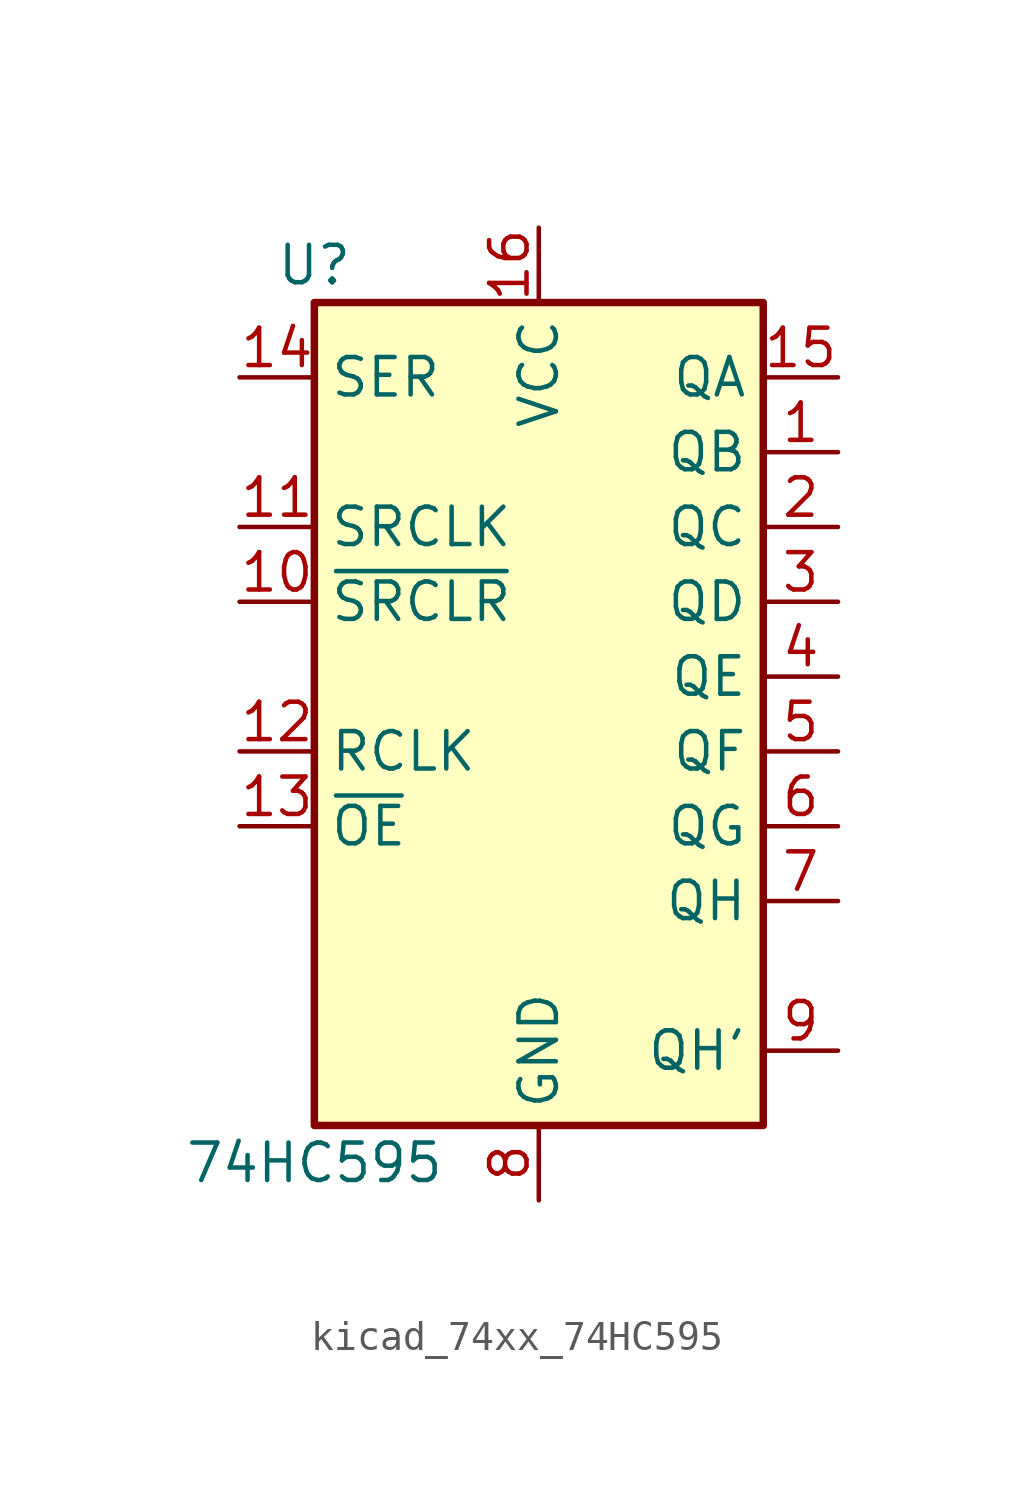
<source format=kicad_sym>
(kicad_symbol_lib
  (version 20220914)
  (generator kicad_symbol_editor)
  (symbol "kicad_74xx_74HC595"
    (property "Reference" "U"
      (at -7.62 13.97 0)
      (effects (font (size 1.27 1.27))))
    (property "Value" "74HC595"
      (at -7.62 -16.51 0)
      (effects (font (size 1.27 1.27))))
    (symbol "kicad_74xx_74HC595_1_0"
      (pin tri_state line (at 10.16 7.62 180) (length 2.54) (name "QB" (effects (font (size 1.27 1.27)))) (number "1" (effects (font (size 1.27 1.27)))))
      (pin input line (at -10.16 2.54 0) (length 2.54) (name "~{SRCLR}" (effects (font (size 1.27 1.27)))) (number "10" (effects (font (size 1.27 1.27)))))
      (pin input line (at -10.16 5.08 0) (length 2.54) (name "SRCLK" (effects (font (size 1.27 1.27)))) (number "11" (effects (font (size 1.27 1.27)))))
      (pin input line (at -10.16 -2.54 0) (length 2.54) (name "RCLK" (effects (font (size 1.27 1.27)))) (number "12" (effects (font (size 1.27 1.27)))))
      (pin input line (at -10.16 -5.08 0) (length 2.54) (name "~{OE}" (effects (font (size 1.27 1.27)))) (number "13" (effects (font (size 1.27 1.27)))))
      (pin input line (at -10.16 10.16 0) (length 2.54) (name "SER" (effects (font (size 1.27 1.27)))) (number "14" (effects (font (size 1.27 1.27)))))
      (pin tri_state line (at 10.16 10.16 180) (length 2.54) (name "QA" (effects (font (size 1.27 1.27)))) (number "15" (effects (font (size 1.27 1.27)))))
      (pin power_in line (at 0 15.24 270) (length 2.54) (name "VCC" (effects (font (size 1.27 1.27)))) (number "16" (effects (font (size 1.27 1.27)))))
      (pin tri_state line (at 10.16 5.08 180) (length 2.54) (name "QC" (effects (font (size 1.27 1.27)))) (number "2" (effects (font (size 1.27 1.27)))))
      (pin tri_state line (at 10.16 2.54 180) (length 2.54) (name "QD" (effects (font (size 1.27 1.27)))) (number "3" (effects (font (size 1.27 1.27)))))
      (pin tri_state line (at 10.16 0 180) (length 2.54) (name "QE" (effects (font (size 1.27 1.27)))) (number "4" (effects (font (size 1.27 1.27)))))
      (pin tri_state line (at 10.16 -2.54 180) (length 2.54) (name "QF" (effects (font (size 1.27 1.27)))) (number "5" (effects (font (size 1.27 1.27)))))
      (pin tri_state line (at 10.16 -5.08 180) (length 2.54) (name "QG" (effects (font (size 1.27 1.27)))) (number "6" (effects (font (size 1.27 1.27)))))
      (pin tri_state line (at 10.16 -7.62 180) (length 2.54) (name "QH" (effects (font (size 1.27 1.27)))) (number "7" (effects (font (size 1.27 1.27)))))
      (pin power_in line (at 0 -17.78 90) (length 2.54) (name "GND" (effects (font (size 1.27 1.27)))) (number "8" (effects (font (size 1.27 1.27)))))
      (pin output line (at 10.16 -12.7 180) (length 2.54) (name "QH'" (effects (font (size 1.27 1.27)))) (number "9" (effects (font (size 1.27 1.27))))))
    (symbol "kicad_74xx_74HC595_1_1"
      (rectangle (start -7.62 12.7) (end 7.62 -15.24) (stroke (width 0.254) (type default)) (fill (type background))))))
</source>
